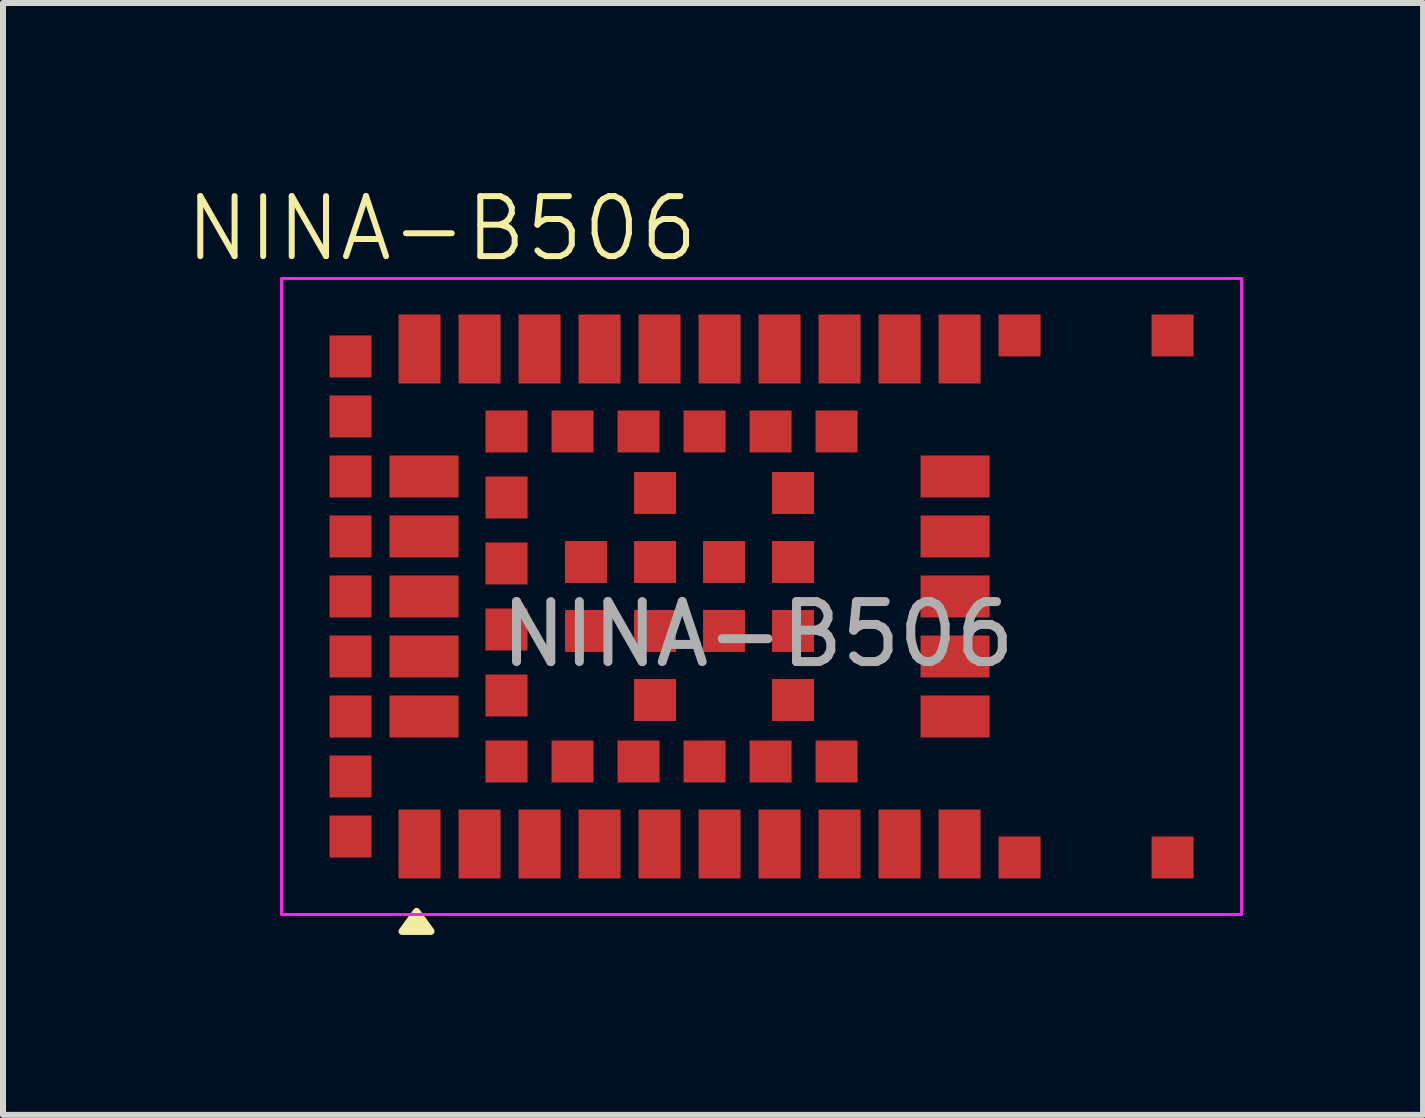
<source format=kicad_pcb>
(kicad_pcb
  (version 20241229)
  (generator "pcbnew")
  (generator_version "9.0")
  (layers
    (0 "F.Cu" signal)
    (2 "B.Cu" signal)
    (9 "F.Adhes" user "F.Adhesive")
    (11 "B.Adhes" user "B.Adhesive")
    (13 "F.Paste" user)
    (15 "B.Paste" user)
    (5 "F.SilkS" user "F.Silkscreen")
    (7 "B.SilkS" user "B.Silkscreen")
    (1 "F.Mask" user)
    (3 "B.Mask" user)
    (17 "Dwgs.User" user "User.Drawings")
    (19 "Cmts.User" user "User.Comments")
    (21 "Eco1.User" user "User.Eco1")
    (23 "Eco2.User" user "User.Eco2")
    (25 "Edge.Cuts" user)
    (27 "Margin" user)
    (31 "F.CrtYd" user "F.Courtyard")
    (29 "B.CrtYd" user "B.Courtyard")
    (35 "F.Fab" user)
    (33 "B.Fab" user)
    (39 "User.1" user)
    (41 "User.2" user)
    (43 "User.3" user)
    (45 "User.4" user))
  (footprint "NINA-B506"
    (layer "F.Cu")
    (at 8.142 6.891)
    (property "Reference" "NINA-B506" (at -3.83 -6.13 0) (unlocked yes) (layer "F.SilkS") (effects (font (size 1 1) (thickness 0.1))))
    (attr smd)
    (fp_poly (pts (xy -4.25 5.25) (xy -4.01 5.58) (xy -4.49 5.58) (xy -4.25 5.25)) (stroke (width 0.12) (type solid)) (fill yes) (layer "F.SilkS"))
    (fp_rect (start -6.5 -5.3) (end 9.5 5.3) (stroke (width 0.05) (type solid)) (fill no) (layer "F.CrtYd"))
    (fp_text user "${REFERENCE}" (at 1.44 0.63 0) (unlocked yes) (layer "F.Fab") (effects (font (size 1 1) (thickness 0.15))))
    (pad "1" smd rect (at -4.2 4.125) (size 0.7 1.15) (layers "F.Cu" "F.Mask" "F.Paste"))
    (pad "2" smd rect (at -3.2 4.125) (size 0.7 1.15) (layers "F.Cu" "F.Mask" "F.Paste"))
    (pad "3" smd rect (at -2.2 4.125) (size 0.7 1.15) (layers "F.Cu" "F.Mask" "F.Paste"))
    (pad "4" smd rect (at -1.2 4.125) (size 0.7 1.15) (layers "F.Cu" "F.Mask" "F.Paste"))
    (pad "5" smd rect (at -0.2 4.125) (size 0.7 1.15) (layers "F.Cu" "F.Mask" "F.Paste"))
    (pad "6" smd rect (at 0.8 4.125) (size 0.7 1.15) (layers "F.Cu" "F.Mask" "F.Paste"))
    (pad "7" smd rect (at 1.8 4.125) (size 0.7 1.15) (layers "F.Cu" "F.Mask" "F.Paste"))
    (pad "8" smd rect (at 2.8 4.125) (size 0.7 1.15) (layers "F.Cu" "F.Mask" "F.Paste"))
    (pad "9" smd rect (at 3.8 4.125) (size 0.7 1.15) (layers "F.Cu" "F.Mask" "F.Paste"))
    (pad "10" smd rect (at 4.8 4.125) (size 0.7 1.15) (layers "F.Cu" "F.Mask" "F.Paste"))
    (pad "11" smd rect (at 4.725 2 90) (size 0.7 1.15) (layers "F.Cu" "F.Mask" "F.Paste"))
    (pad "12" smd rect (at 4.725 1 90) (size 0.7 1.15) (layers "F.Cu" "F.Mask" "F.Paste"))
    (pad "13" smd rect (at 4.725 0 90) (size 0.7 1.15) (layers "F.Cu" "F.Mask" "F.Paste"))
    (pad "14" smd rect (at 4.725 -1 90) (size 0.7 1.15) (layers "F.Cu" "F.Mask" "F.Paste"))
    (pad "15" smd rect (at 4.725 -2 90) (size 0.7 1.15) (layers "F.Cu" "F.Mask" "F.Paste"))
    (pad "16" smd rect (at 4.8 -4.125 180) (size 0.7 1.15) (layers "F.Cu" "F.Mask" "F.Paste"))
    (pad "17" smd rect (at 3.8 -4.125 180) (size 0.7 1.15) (layers "F.Cu" "F.Mask" "F.Paste"))
    (pad "18" smd rect (at 2.8 -4.125 180) (size 0.7 1.15) (layers "F.Cu" "F.Mask" "F.Paste"))
    (pad "19" smd rect (at 1.8 -4.125 180) (size 0.7 1.15) (layers "F.Cu" "F.Mask" "F.Paste"))
    (pad "20" smd rect (at 0.8 -4.125 180) (size 0.7 1.15) (layers "F.Cu" "F.Mask" "F.Paste"))
    (pad "21" smd rect (at -0.2 -4.125 180) (size 0.7 1.15) (layers "F.Cu" "F.Mask" "F.Paste"))
    (pad "22" smd rect (at -1.2 -4.125 180) (size 0.7 1.15) (layers "F.Cu" "F.Mask" "F.Paste"))
    (pad "23" smd rect (at -2.2 -4.125 180) (size 0.7 1.15) (layers "F.Cu" "F.Mask" "F.Paste"))
    (pad "24" smd rect (at -3.2 -4.125 180) (size 0.7 1.15) (layers "F.Cu" "F.Mask" "F.Paste"))
    (pad "25" smd rect (at -4.2 -4.125 180) (size 0.7 1.15) (layers "F.Cu" "F.Mask" "F.Paste"))
    (pad "26" smd rect (at -4.125 -2 270) (size 0.7 1.15) (layers "F.Cu" "F.Mask" "F.Paste"))
    (pad "27" smd rect (at -4.125 -1 270) (size 0.7 1.15) (layers "F.Cu" "F.Mask" "F.Paste"))
    (pad "28" smd rect (at -4.125 0 270) (size 0.7 1.15) (layers "F.Cu" "F.Mask" "F.Paste"))
    (pad "29" smd rect (at -4.125 1 270) (size 0.7 1.15) (layers "F.Cu" "F.Mask" "F.Paste"))
    (pad "30" smd rect (at -4.125 2 270) (size 0.7 1.15) (layers "F.Cu" "F.Mask" "F.Paste"))
    (pad "31" smd rect (at -2.75 2.75 270) (size 0.7 0.7) (layers "F.Cu" "F.Mask" "F.Paste"))
    (pad "32" smd rect (at -1.65 2.75 270) (size 0.7 0.7) (layers "F.Cu" "F.Mask" "F.Paste"))
    (pad "33" smd rect (at -0.55 2.75 270) (size 0.7 0.7) (layers "F.Cu" "F.Mask" "F.Paste"))
    (pad "34" smd rect (at 0.55 2.75 270) (size 0.7 0.7) (layers "F.Cu" "F.Mask" "F.Paste"))
    (pad "35" smd rect (at 1.65 2.75 270) (size 0.7 0.7) (layers "F.Cu" "F.Mask" "F.Paste"))
    (pad "36" smd rect (at 2.75 2.75 270) (size 0.7 0.7) (layers "F.Cu" "F.Mask" "F.Paste"))
    (pad "37" smd rect (at 2.75 -2.75 270) (size 0.7 0.7) (layers "F.Cu" "F.Mask" "F.Paste"))
    (pad "38" smd rect (at 1.65 -2.75 270) (size 0.7 0.7) (layers "F.Cu" "F.Mask" "F.Paste"))
    (pad "39" smd rect (at 0.55 -2.75 270) (size 0.7 0.7) (layers "F.Cu" "F.Mask" "F.Paste"))
    (pad "40" smd rect (at -0.55 -2.75 270) (size 0.7 0.7) (layers "F.Cu" "F.Mask" "F.Paste"))
    (pad "41" smd rect (at -1.65 -2.75 270) (size 0.7 0.7) (layers "F.Cu" "F.Mask" "F.Paste"))
    (pad "42" smd rect (at -2.75 -2.75 270) (size 0.7 0.7) (layers "F.Cu" "F.Mask" "F.Paste"))
    (pad "43" smd rect (at -2.75 -1.65 270) (size 0.7 0.7) (layers "F.Cu" "F.Mask" "F.Paste"))
    (pad "44" smd rect (at -2.75 -0.55 270) (size 0.7 0.7) (layers "F.Cu" "F.Mask" "F.Paste"))
    (pad "45" smd rect (at -2.75 0.55 270) (size 0.7 0.7) (layers "F.Cu" "F.Mask" "F.Paste"))
    (pad "46" smd rect (at -2.75 1.65 270) (size 0.7 0.7) (layers "F.Cu" "F.Mask" "F.Paste"))
    (pad "47" smd rect (at -5.35 -4 270) (size 0.7 0.7) (layers "F.Cu" "F.Mask" "F.Paste"))
    (pad "48" smd rect (at -5.35 -3 270) (size 0.7 0.7) (layers "F.Cu" "F.Mask" "F.Paste"))
    (pad "49" smd rect (at -5.35 -2 270) (size 0.7 0.7) (layers "F.Cu" "F.Mask" "F.Paste"))
    (pad "50" smd rect (at -5.35 -1 270) (size 0.7 0.7) (layers "F.Cu" "F.Mask" "F.Paste"))
    (pad "51" smd rect (at -5.35 0 270) (size 0.7 0.7) (layers "F.Cu" "F.Mask" "F.Paste"))
    (pad "52" smd rect (at -5.35 1 270) (size 0.7 0.7) (layers "F.Cu" "F.Mask" "F.Paste"))
    (pad "53" smd rect (at -5.35 2 270) (size 0.7 0.7) (layers "F.Cu" "F.Mask" "F.Paste"))
    (pad "54" smd rect (at -5.35 3 270) (size 0.7 0.7) (layers "F.Cu" "F.Mask" "F.Paste"))
    (pad "55" smd rect (at -5.35 4 270) (size 0.7 0.7) (layers "F.Cu" "F.Mask" "F.Paste"))
    (pad "EGP" smd rect (at -1.425 -0.575 270) (size 0.7 0.7) (layers "F.Cu" "F.Mask" "F.Paste"))
    (pad "EGP" smd rect (at -1.425 0.575 270) (size 0.7 0.7) (layers "F.Cu" "F.Mask" "F.Paste"))
    (pad "EGP" smd rect (at -0.275 -1.725 270) (size 0.7 0.7) (layers "F.Cu" "F.Mask" "F.Paste"))
    (pad "EGP" smd rect (at -0.275 -0.575 270) (size 0.7 0.7) (layers "F.Cu" "F.Mask" "F.Paste"))
    (pad "EGP" smd rect (at -0.275 0.575 270) (size 0.7 0.7) (layers "F.Cu" "F.Mask" "F.Paste"))
    (pad "EGP" smd rect (at -0.275 1.725 270) (size 0.7 0.7) (layers "F.Cu" "F.Mask" "F.Paste"))
    (pad "EGP" smd rect (at 0.875 -0.575 270) (size 0.7 0.7) (layers "F.Cu" "F.Mask" "F.Paste"))
    (pad "EGP" smd rect (at 0.875 0.575 270) (size 0.7 0.7) (layers "F.Cu" "F.Mask" "F.Paste"))
    (pad "EGP" smd rect (at 2.025 -1.725 270) (size 0.7 0.7) (layers "F.Cu" "F.Mask" "F.Paste"))
    (pad "EGP" smd rect (at 2.025 -0.575 270) (size 0.7 0.7) (layers "F.Cu" "F.Mask" "F.Paste"))
    (pad "EGP" smd rect (at 2.025 0.575 270) (size 0.7 0.7) (layers "F.Cu" "F.Mask" "F.Paste"))
    (pad "EGP" smd rect (at 2.025 1.725 270) (size 0.7 0.7) (layers "F.Cu" "F.Mask" "F.Paste"))
    (pad "EGP" smd rect (at 5.8 -4.35 270) (size 0.7 0.7) (layers "F.Cu" "F.Mask" "F.Paste"))
    (pad "EGP" smd rect (at 5.8 4.35 270) (size 0.7 0.7) (layers "F.Cu" "F.Mask" "F.Paste"))
    (pad "EGP" smd rect (at 8.35 -4.35 270) (size 0.7 0.7) (layers "F.Cu" "F.Mask" "F.Paste"))
    (pad "EGP" smd rect (at 8.35 4.35 270) (size 0.7 0.7) (layers "F.Cu" "F.Mask" "F.Paste"))
    (zone (net_name "") (layers "F.Cu" "B.Cu") (hatch edge 0.5) (connect_pads) (min_thickness 0.25) (filled_areas_thickness no) (keepout (tracks not_allowed) (vias not_allowed) (pads not_allowed) (copperpour not_allowed) (footprints allowed)) (placement (enabled no)) (fill) (polygon (pts (xy 13.642 2.89) (xy 17.142 2.89) (xy 17.142 10.89) (xy 13.642 10.89)))))
  (gr_rect
    (start -3 -3)
    (end 20.667 15.53)
    (stroke (width 0.1) (type default))
    (fill no)
    (layer "Edge.Cuts")))
</source>
